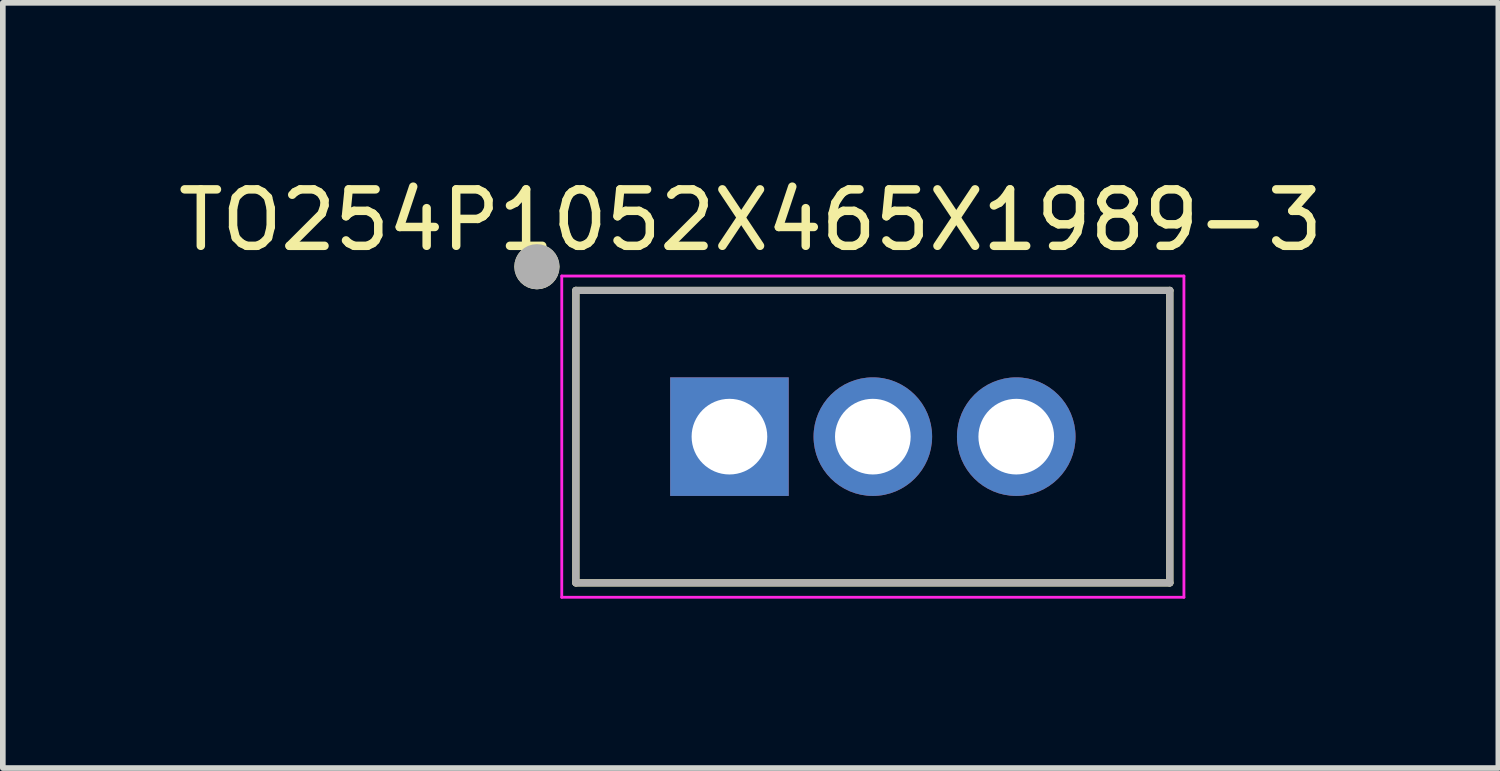
<source format=kicad_pcb>
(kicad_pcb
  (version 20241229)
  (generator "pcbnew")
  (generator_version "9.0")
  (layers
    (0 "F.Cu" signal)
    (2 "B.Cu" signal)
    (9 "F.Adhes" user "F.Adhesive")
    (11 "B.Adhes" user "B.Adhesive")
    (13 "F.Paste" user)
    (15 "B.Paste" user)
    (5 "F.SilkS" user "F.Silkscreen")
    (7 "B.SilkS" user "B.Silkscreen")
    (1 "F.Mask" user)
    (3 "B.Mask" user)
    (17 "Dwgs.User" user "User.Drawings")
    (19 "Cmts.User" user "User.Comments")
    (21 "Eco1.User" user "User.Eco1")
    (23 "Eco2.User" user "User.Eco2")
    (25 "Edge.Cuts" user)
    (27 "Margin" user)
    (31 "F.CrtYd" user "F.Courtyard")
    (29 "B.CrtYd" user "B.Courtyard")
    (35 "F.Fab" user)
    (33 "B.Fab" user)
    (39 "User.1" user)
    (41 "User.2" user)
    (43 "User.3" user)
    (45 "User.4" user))
  (footprint "TO254P1052X465X1989-3"
    (layer "F.Cu")
    (at 12.41 4.684)
    (property "Reference" "TO254P1052X465X1989-3" (at -2.165 -3.835 0) (layer "F.SilkS") (effects (font (size 1 1) (thickness 0.15))))
    (attr through_hole)
    (fp_line (start -5.26 -2.59) (end -5.26 2.59) (stroke (width 0.127) (type solid)) (layer "F.SilkS"))
    (fp_line (start -5.26 2.59) (end 5.26 2.59) (stroke (width 0.127) (type solid)) (layer "F.SilkS"))
    (fp_line (start 5.26 -2.59) (end -5.26 -2.59) (stroke (width 0.127) (type solid)) (layer "F.SilkS"))
    (fp_line (start 5.26 2.59) (end 5.26 -2.59) (stroke (width 0.127) (type solid)) (layer "F.SilkS"))
    (fp_circle (center -5.95 -3.01) (end -5.75 -3.01) (stroke (width 0.4) (type solid)) (fill no) (layer "F.SilkS"))
    (fp_line (start -5.51 -2.845) (end 5.51 -2.845) (stroke (width 0.05) (type solid)) (layer "F.CrtYd"))
    (fp_line (start -5.51 2.845) (end -5.51 -2.845) (stroke (width 0.05) (type solid)) (layer "F.CrtYd"))
    (fp_line (start 5.51 -2.845) (end 5.51 2.845) (stroke (width 0.05) (type solid)) (layer "F.CrtYd"))
    (fp_line (start 5.51 2.845) (end -5.51 2.845) (stroke (width 0.05) (type solid)) (layer "F.CrtYd"))
    (fp_line (start -5.26 -2.59) (end -5.26 2.59) (stroke (width 0.127) (type solid)) (layer "F.Fab"))
    (fp_line (start -5.26 2.59) (end 5.26 2.59) (stroke (width 0.127) (type solid)) (layer "F.Fab"))
    (fp_line (start 5.26 -2.59) (end -5.26 -2.59) (stroke (width 0.127) (type solid)) (layer "F.Fab"))
    (fp_line (start 5.26 2.59) (end 5.26 -2.59) (stroke (width 0.127) (type solid)) (layer "F.Fab"))
    (fp_circle (center -5.95 -3.01) (end -5.75 -3.01) (stroke (width 0.4) (type solid)) (fill no) (layer "F.Fab"))
    (pad "1" thru_hole rect (at -2.54 0) (size 2.1 2.1) (drill 1.34) (layers "*.Cu" "*.Mask"))
    (pad "2" thru_hole circle (at 0 0) (size 2.1 2.1) (drill 1.34) (layers "*.Cu" "*.Mask"))
    (pad "3" thru_hole circle (at 2.54 0) (size 2.1 2.1) (drill 1.34) (layers "*.Cu" "*.Mask")))
  (gr_rect
    (start -3 -3)
    (end 23.489 10.554)
    (stroke (width 0.1) (type default))
    (fill no)
    (layer "Edge.Cuts")))
</source>
